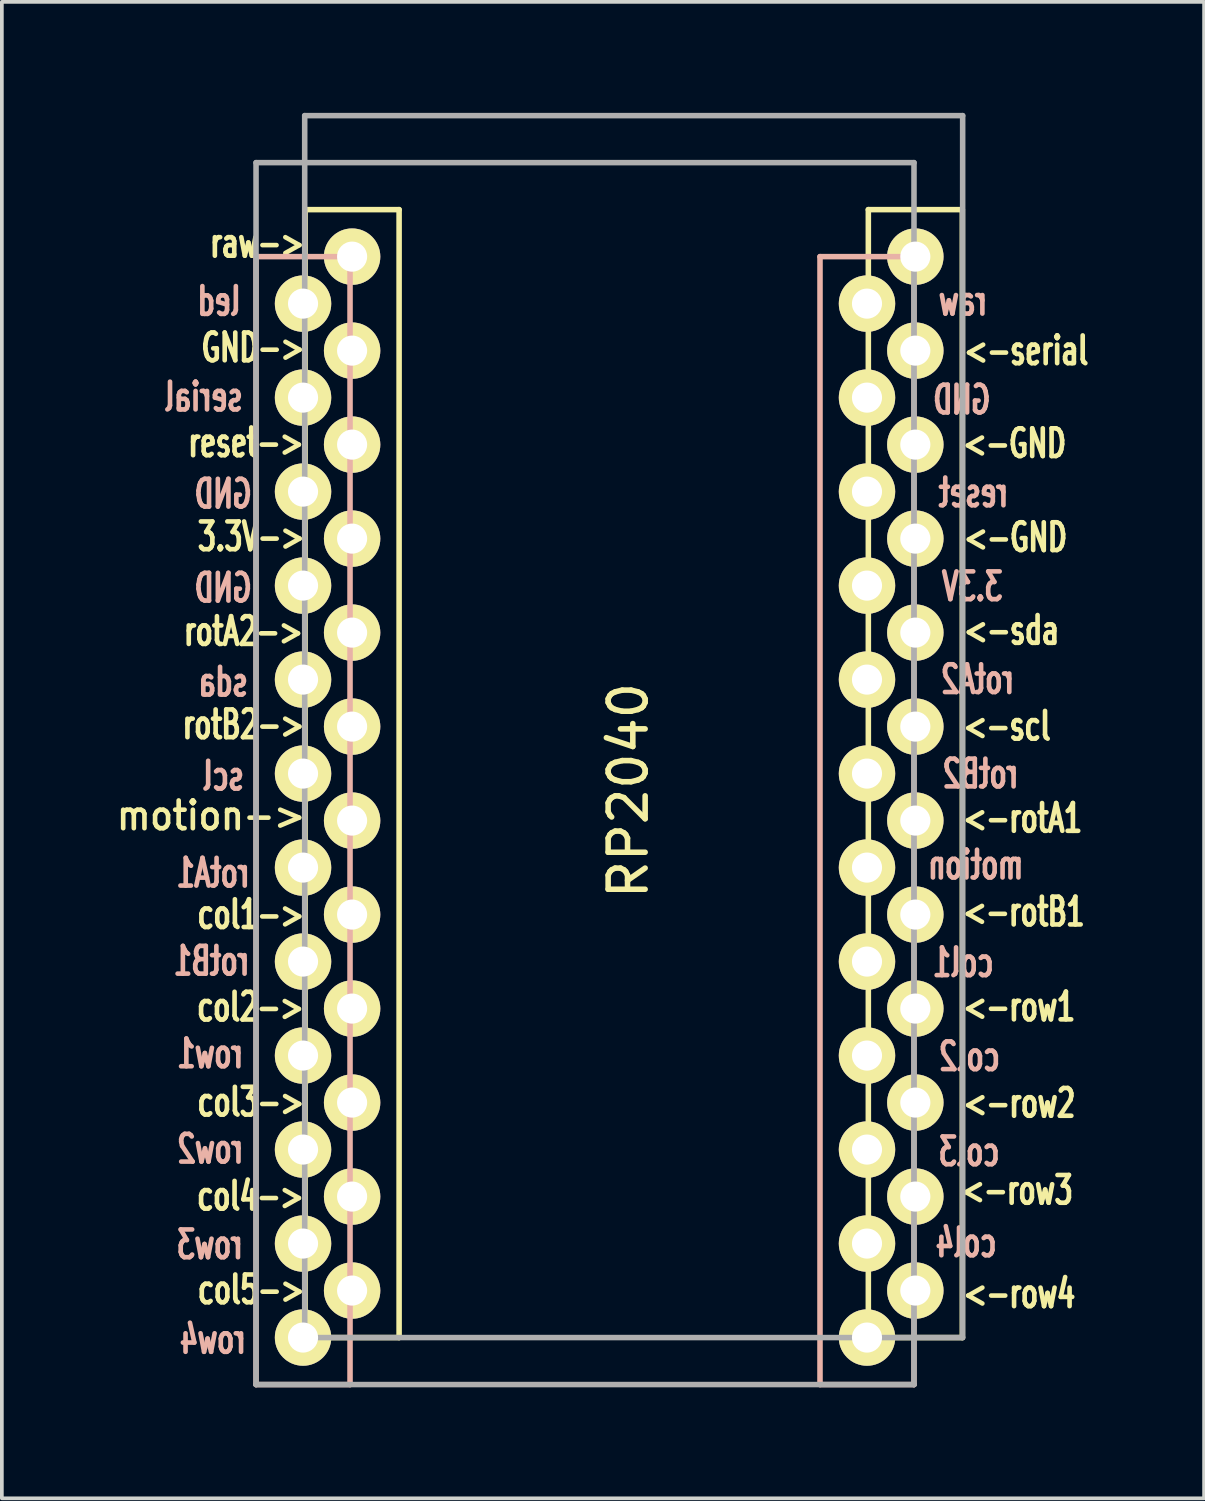
<source format=kicad_pcb>
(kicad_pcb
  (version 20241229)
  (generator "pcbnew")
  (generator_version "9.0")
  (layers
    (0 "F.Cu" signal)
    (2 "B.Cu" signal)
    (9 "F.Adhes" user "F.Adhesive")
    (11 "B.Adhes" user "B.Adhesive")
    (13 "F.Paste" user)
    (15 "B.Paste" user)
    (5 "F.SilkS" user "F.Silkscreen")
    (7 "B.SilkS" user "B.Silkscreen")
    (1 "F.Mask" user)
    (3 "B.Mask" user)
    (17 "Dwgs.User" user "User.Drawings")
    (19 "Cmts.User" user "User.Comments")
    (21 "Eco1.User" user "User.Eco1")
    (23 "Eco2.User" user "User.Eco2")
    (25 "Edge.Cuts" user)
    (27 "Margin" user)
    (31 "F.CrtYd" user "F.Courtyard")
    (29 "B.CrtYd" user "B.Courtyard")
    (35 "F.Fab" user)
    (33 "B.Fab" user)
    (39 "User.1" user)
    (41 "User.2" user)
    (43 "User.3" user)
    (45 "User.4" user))
  (footprint "RP2040"
    (layer "F.Cu")
    (at 14.029 18.363)
    (property "Reference" "RP2040" (at -0.1 -0.05 90) (layer "F.SilkS") (effects (font (size 1 1) (thickness 0.15))))
    (attr through_hole exclude_from_pos_files)
    (fp_line (start -8.834 -15.748) (end -6.294 -15.748) (stroke (width 0.15) (type solid)) (layer "F.SilkS"))
    (fp_line (start -8.834 14.732) (end -8.834 -15.748) (stroke (width 0.15) (type solid)) (layer "F.SilkS"))
    (fp_line (start -6.294 -15.748) (end -6.294 14.732) (stroke (width 0.15) (type solid)) (layer "F.SilkS"))
    (fp_line (start -6.294 14.732) (end -8.834 14.732) (stroke (width 0.15) (type solid)) (layer "F.SilkS"))
    (fp_line (start 6.386 -15.748) (end 8.926 -15.748) (stroke (width 0.15) (type solid)) (layer "F.SilkS"))
    (fp_line (start 6.386 14.732) (end 6.386 -15.748) (stroke (width 0.15) (type solid)) (layer "F.SilkS"))
    (fp_line (start 8.926 -15.748) (end 8.926 14.732) (stroke (width 0.15) (type solid)) (layer "F.SilkS"))
    (fp_line (start 8.926 14.732) (end 6.386 14.732) (stroke (width 0.15) (type solid)) (layer "F.SilkS"))
    (fp_line (start -10.16 -14.478) (end -7.62 -14.478) (stroke (width 0.15) (type solid)) (layer "B.SilkS"))
    (fp_line (start -10.16 16.002) (end -10.16 -14.478) (stroke (width 0.15) (type solid)) (layer "B.SilkS"))
    (fp_line (start -7.62 -14.478) (end -7.62 16.002) (stroke (width 0.15) (type solid)) (layer "B.SilkS"))
    (fp_line (start -7.62 16.002) (end -10.16 16.002) (stroke (width 0.15) (type solid)) (layer "B.SilkS"))
    (fp_line (start 5.08 -14.478) (end 7.62 -14.478) (stroke (width 0.15) (type solid)) (layer "B.SilkS"))
    (fp_line (start 5.08 16.002) (end 5.08 -14.478) (stroke (width 0.15) (type solid)) (layer "B.SilkS"))
    (fp_line (start 7.62 -14.478) (end 7.62 16.002) (stroke (width 0.15) (type solid)) (layer "B.SilkS"))
    (fp_line (start 7.62 16.002) (end 5.08 16.002) (stroke (width 0.15) (type solid)) (layer "B.SilkS"))
    (fp_line (start -10.16 -17.018) (end 7.62 -17.018) (stroke (width 0.15) (type solid)) (layer "F.Fab"))
    (fp_line (start -10.16 16.002) (end -10.16 -17.018) (stroke (width 0.15) (type solid)) (layer "F.Fab"))
    (fp_line (start -8.845 -18.288) (end 8.935 -18.288) (stroke (width 0.15) (type solid)) (layer "F.Fab"))
    (fp_line (start -8.845 14.732) (end -8.845 -18.288) (stroke (width 0.15) (type solid)) (layer "F.Fab"))
    (fp_line (start 7.62 -17.018) (end 7.62 16.002) (stroke (width 0.15) (type solid)) (layer "F.Fab"))
    (fp_line (start 7.62 16.002) (end -10.16 16.002) (stroke (width 0.15) (type solid)) (layer "F.Fab"))
    (fp_line (start 8.935 -18.288) (end 8.935 14.732) (stroke (width 0.15) (type solid)) (layer "F.Fab"))
    (fp_line (start 8.935 14.732) (end -8.845 14.732) (stroke (width 0.15) (type solid)) (layer "F.Fab"))
    (fp_text user "GND->" (at -10.245 -12.018 0) (unlocked yes) (layer "F.SilkS") (effects (font (size 0.75 0.5) (thickness 0.125))))
    (fp_text user "col4->" (at -10.312 10.907 0) (unlocked yes) (layer "F.SilkS") (effects (font (size 0.75 0.5) (thickness 0.125))))
    (fp_text user "<-GND" (at 10.365 -6.89 0) (unlocked yes) (layer "F.SilkS") (effects (font (size 0.75 0.5) (thickness 0.125))))
    (fp_text user "<-scl" (at 10.137 -1.793 0) (unlocked yes) (layer "F.SilkS") (effects (font (size 0.75 0.5) (thickness 0.125))))
    (fp_text user "<-serial" (at 10.655 -11.94 0) (unlocked yes) (layer "F.SilkS") (effects (font (size 0.75 0.5) (thickness 0.125))))
    (fp_text user "col1->" (at -10.303 3.297 0) (unlocked yes) (layer "F.SilkS") (effects (font (size 0.75 0.5) (thickness 0.125))))
    (fp_text user "raw->" (at -10.13 -14.844 0) (unlocked yes) (layer "F.SilkS") (effects (font (size 0.75 0.5) (thickness 0.125))))
    (fp_text user "<-sda" (at 10.257 -4.383 0) (unlocked yes) (layer "F.SilkS") (effects (font (size 0.75 0.5) (thickness 0.125))))
    (fp_text user "<-row1" (at 10.463 5.792 0) (unlocked yes) (layer "F.SilkS") (effects (font (size 0.75 0.5) (thickness 0.125))))
    (fp_text user "3.3V->" (at -10.293 -6.913 0) (unlocked yes) (layer "F.SilkS") (effects (font (size 0.75 0.5) (thickness 0.125))))
    (fp_text user "col5->" (at -10.293 13.437 0) (unlocked yes) (layer "F.SilkS") (effects (font (size 0.75 0.5) (thickness 0.125))))
    (fp_text user "<-rotA1" (at 10.557 0.697 0) (unlocked yes) (layer "F.SilkS") (effects (font (size 0.75 0.5) (thickness 0.125))))
    (fp_text user "<-row2" (at 10.467 8.397 0) (unlocked yes) (layer "F.SilkS") (effects (font (size 0.75 0.5) (thickness 0.125))))
    (fp_text user "rotB2->" (at -10.502 -1.833 0) (unlocked yes) (layer "F.SilkS") (effects (font (size 0.75 0.5) (thickness 0.125))))
    (fp_text user "rotA2->" (at -10.502 -4.353 0) (unlocked yes) (layer "F.SilkS") (effects (font (size 0.75 0.5) (thickness 0.125))))
    (fp_text user "<-row4" (at 10.467 13.542 0) (unlocked yes) (layer "F.SilkS") (effects (font (size 0.75 0.5) (thickness 0.125))))
    (fp_text user "<-rotB1" (at 10.588 3.227 0) (unlocked yes) (layer "F.SilkS") (effects (font (size 0.75 0.5) (thickness 0.125))))
    (fp_text user "motion->" (at -11.373 0.627 0) (unlocked yes) (layer "F.SilkS") (effects (font (size 0.75 0.67) (thickness 0.125))))
    (fp_text user "<-row3" (at 10.402 10.748 0) (unlocked yes) (layer "F.SilkS") (effects (font (size 0.75 0.5) (thickness 0.125))))
    (fp_text user "reset->" (at -10.432 -9.453 0) (unlocked yes) (layer "F.SilkS") (effects (font (size 0.75 0.5) (thickness 0.125))))
    (fp_text user "col2->" (at -10.312 5.797 0) (unlocked yes) (layer "F.SilkS") (effects (font (size 0.75 0.5) (thickness 0.125))))
    (fp_text user "col3->" (at -10.303 8.365 0) (unlocked yes) (layer "F.SilkS") (effects (font (size 0.75 0.5) (thickness 0.125))))
    (fp_text user "<-GND" (at 10.338 -9.43 0) (unlocked yes) (layer "F.SilkS") (effects (font (size 0.75 0.5) (thickness 0.125))))
    (fp_text user "col1" (at 8.947 4.597 0) (unlocked yes) (layer "B.SilkS") (effects (font (size 0.75 0.5) (thickness 0.125)) (justify mirror)))
    (fp_text user "reset" (at 9.227 -8.1 0) (unlocked yes) (layer "B.SilkS") (effects (font (size 0.75 0.5) (thickness 0.125)) (justify mirror)))
    (fp_text user "3.3V" (at 9.197 -5.563 0) (unlocked yes) (layer "B.SilkS") (effects (font (size 0.75 0.5) (thickness 0.125)) (justify mirror)))
    (fp_text user "scl" (at -11.049 -0.445 0) (unlocked yes) (layer "B.SilkS") (effects (font (size 0.75 0.5) (thickness 0.125)) (justify mirror)))
    (fp_text user "col4" (at 9.027 12.167 0) (unlocked yes) (layer "B.SilkS") (effects (font (size 0.75 0.5) (thickness 0.125)) (justify mirror)))
    (fp_text user "GND" (at 8.912 -10.608 0) (unlocked yes) (layer "B.SilkS") (effects (font (size 0.75 0.5) (thickness 0.125)) (justify mirror)))
    (fp_text user "serial" (at -11.58 -10.69 0) (unlocked yes) (layer "B.SilkS") (effects (font (size 0.75 0.5) (thickness 0.125)) (justify mirror)))
    (fp_text user "sda" (at -11.049 -2.985 0) (unlocked yes) (layer "B.SilkS") (effects (font (size 0.75 0.5) (thickness 0.125)) (justify mirror)))
    (fp_text user "GND" (at -11.049 -8.065 0) (unlocked yes) (layer "B.SilkS") (effects (font (size 0.75 0.5) (thickness 0.125)) (justify mirror)))
    (fp_text user "row3" (at -11.41 12.22 0) (unlocked yes) (layer "B.SilkS") (effects (font (size 0.75 0.5) (thickness 0.125)) (justify mirror)))
    (fp_text user "rotB1" (at -11.363 4.557 0) (unlocked yes) (layer "B.SilkS") (effects (font (size 0.75 0.5) (thickness 0.125)) (justify mirror)))
    (fp_text user "col3" (at 9.107 9.707 0) (unlocked yes) (layer "B.SilkS") (effects (font (size 0.75 0.5) (thickness 0.125)) (justify mirror)))
    (fp_text user "row1" (at -11.4 7.06 0) (unlocked yes) (layer "B.SilkS") (effects (font (size 0.75 0.5) (thickness 0.125)) (justify mirror)))
    (fp_text user "raw" (at 8.944 -13.28 0) (unlocked yes) (layer "B.SilkS") (effects (font (size 0.75 0.5) (thickness 0.125)) (justify mirror)))
    (fp_text user "row2" (at -11.397 9.636 0) (unlocked yes) (layer "B.SilkS") (effects (font (size 0.75 0.5) (thickness 0.125)) (justify mirror)))
    (fp_text user "led" (at -11.158 -13.272 0) (unlocked yes) (layer "B.SilkS") (effects (font (size 0.75 0.5) (thickness 0.125)) (justify mirror)))
    (fp_text user "GND" (at -11.049 -5.524 0) (unlocked yes) (layer "B.SilkS") (effects (font (size 0.75 0.5) (thickness 0.125)) (justify mirror)))
    (fp_text user "rotA2" (at 9.338 -3.053 0) (unlocked yes) (layer "B.SilkS") (effects (font (size 0.75 0.5) (thickness 0.125)) (justify mirror)))
    (fp_text user "row4" (at -11.327 14.776 0) (unlocked yes) (layer "B.SilkS") (effects (font (size 0.75 0.5) (thickness 0.125)) (justify mirror)))
    (fp_text user "rotA1" (at -11.322 2.177 0) (unlocked yes) (layer "B.SilkS") (effects (font (size 0.75 0.5) (thickness 0.125)) (justify mirror)))
    (fp_text user "col2" (at 9.117 7.137 0) (unlocked yes) (layer "B.SilkS") (effects (font (size 0.75 0.5) (thickness 0.125)) (justify mirror)))
    (fp_text user "motion" (at 9.287 1.957 0) (unlocked yes) (layer "B.SilkS") (effects (font (size 0.75 0.5) (thickness 0.125)) (justify mirror)))
    (fp_text user "rotB2" (at 9.418 -0.503 0) (unlocked yes) (layer "B.SilkS") (effects (font (size 0.75 0.5) (thickness 0.125)) (justify mirror)))
    (pad "1" thru_hole circle (at -8.89 -13.208) (size 1.524 1.524) (drill 0.813) (layers "*.Cu" "*.Mask" "F.SilkS"))
    (pad "1" thru_hole circle (at 7.656 -14.478) (size 1.524 1.524) (drill 0.813) (layers "*.Cu" "*.Mask" "F.SilkS"))
    (pad "2" thru_hole circle (at -8.89 -10.668) (size 1.524 1.524) (drill 0.813) (layers "*.Cu" "*.Mask" "F.SilkS"))
    (pad "2" thru_hole circle (at 7.656 -11.938) (size 1.524 1.524) (drill 0.813) (layers "*.Cu" "*.Mask" "F.SilkS"))
    (pad "3" thru_hole circle (at -8.89 -8.128) (size 1.524 1.524) (drill 0.813) (layers "*.Cu" "*.Mask" "F.SilkS"))
    (pad "3" thru_hole circle (at 7.656 -9.398) (size 1.524 1.524) (drill 0.813) (layers "*.Cu" "*.Mask" "F.SilkS"))
    (pad "4" thru_hole circle (at -8.89 -5.588) (size 1.524 1.524) (drill 0.813) (layers "*.Cu" "*.Mask" "F.SilkS"))
    (pad "4" thru_hole circle (at 7.656 -6.858) (size 1.524 1.524) (drill 0.813) (layers "*.Cu" "*.Mask" "F.SilkS"))
    (pad "5" thru_hole circle (at -8.89 -3.048) (size 1.524 1.524) (drill 0.813) (layers "*.Cu" "*.Mask" "F.SilkS"))
    (pad "5" thru_hole circle (at 7.656 -4.318) (size 1.524 1.524) (drill 0.813) (layers "*.Cu" "*.Mask" "F.SilkS"))
    (pad "6" thru_hole circle (at -8.89 -0.508) (size 1.524 1.524) (drill 0.813) (layers "*.Cu" "*.Mask" "F.SilkS"))
    (pad "6" thru_hole circle (at 7.656 -1.778) (size 1.524 1.524) (drill 0.813) (layers "*.Cu" "*.Mask" "F.SilkS"))
    (pad "7" thru_hole circle (at -8.89 2.032) (size 1.524 1.524) (drill 0.813) (layers "*.Cu" "*.Mask" "F.SilkS"))
    (pad "7" thru_hole circle (at 7.656 0.762) (size 1.524 1.524) (drill 0.813) (layers "*.Cu" "*.Mask" "F.SilkS"))
    (pad "8" thru_hole circle (at -8.89 4.572) (size 1.524 1.524) (drill 0.813) (layers "*.Cu" "*.Mask" "F.SilkS"))
    (pad "8" thru_hole circle (at 7.656 3.302) (size 1.524 1.524) (drill 0.813) (layers "*.Cu" "*.Mask" "F.SilkS"))
    (pad "9" thru_hole circle (at -8.89 7.112) (size 1.524 1.524) (drill 0.813) (layers "*.Cu" "*.Mask" "F.SilkS"))
    (pad "9" thru_hole circle (at 7.656 5.842) (size 1.524 1.524) (drill 0.813) (layers "*.Cu" "*.Mask" "F.SilkS"))
    (pad "10" thru_hole circle (at -8.89 9.652) (size 1.524 1.524) (drill 0.813) (layers "*.Cu" "*.Mask" "F.SilkS"))
    (pad "10" thru_hole circle (at 7.656 8.382) (size 1.524 1.524) (drill 0.813) (layers "*.Cu" "*.Mask" "F.SilkS"))
    (pad "11" thru_hole circle (at -8.89 12.192) (size 1.524 1.524) (drill 0.813) (layers "*.Cu" "*.Mask" "F.SilkS"))
    (pad "11" thru_hole circle (at 7.656 10.922) (size 1.524 1.524) (drill 0.813) (layers "*.Cu" "*.Mask" "F.SilkS"))
    (pad "12" thru_hole circle (at -8.89 14.732) (size 1.524 1.524) (drill 0.813) (layers "*.Cu" "*.Mask" "F.SilkS"))
    (pad "12" thru_hole circle (at 7.656 13.462) (size 1.524 1.524) (drill 0.813) (layers "*.Cu" "*.Mask" "F.SilkS"))
    (pad "13" thru_hole circle (at -7.564 13.462) (size 1.524 1.524) (drill 0.813) (layers "*.Cu" "*.Mask" "F.SilkS"))
    (pad "13" thru_hole circle (at 6.35 14.732) (size 1.524 1.524) (drill 0.813) (layers "*.Cu" "*.Mask" "F.SilkS"))
    (pad "14" thru_hole circle (at -7.564 10.922) (size 1.524 1.524) (drill 0.813) (layers "*.Cu" "*.Mask" "F.SilkS"))
    (pad "14" thru_hole circle (at 6.35 12.192) (size 1.524 1.524) (drill 0.813) (layers "*.Cu" "*.Mask" "F.SilkS"))
    (pad "15" thru_hole circle (at -7.564 8.382) (size 1.524 1.524) (drill 0.813) (layers "*.Cu" "*.Mask" "F.SilkS"))
    (pad "15" thru_hole circle (at 6.35 9.652) (size 1.524 1.524) (drill 0.813) (layers "*.Cu" "*.Mask" "F.SilkS"))
    (pad "16" thru_hole circle (at -7.564 5.842) (size 1.524 1.524) (drill 0.813) (layers "*.Cu" "*.Mask" "F.SilkS"))
    (pad "16" thru_hole circle (at 6.35 7.112) (size 1.524 1.524) (drill 0.813) (layers "*.Cu" "*.Mask" "F.SilkS"))
    (pad "17" thru_hole circle (at -7.564 3.302) (size 1.524 1.524) (drill 0.813) (layers "*.Cu" "*.Mask" "F.SilkS"))
    (pad "17" thru_hole circle (at 6.35 4.572) (size 1.524 1.524) (drill 0.813) (layers "*.Cu" "*.Mask" "F.SilkS"))
    (pad "18" thru_hole circle (at -7.564 0.762) (size 1.524 1.524) (drill 0.813) (layers "*.Cu" "*.Mask" "F.SilkS"))
    (pad "18" thru_hole circle (at 6.35 2.032) (size 1.524 1.524) (drill 0.813) (layers "*.Cu" "*.Mask" "F.SilkS"))
    (pad "19" thru_hole circle (at -7.564 -1.778) (size 1.524 1.524) (drill 0.813) (layers "*.Cu" "*.Mask" "F.SilkS"))
    (pad "19" thru_hole circle (at 6.35 -0.508) (size 1.524 1.524) (drill 0.813) (layers "*.Cu" "*.Mask" "F.SilkS"))
    (pad "20" thru_hole circle (at -7.564 -4.318) (size 1.524 1.524) (drill 0.813) (layers "*.Cu" "*.Mask" "F.SilkS"))
    (pad "20" thru_hole circle (at 6.35 -3.048) (size 1.524 1.524) (drill 0.813) (layers "*.Cu" "*.Mask" "F.SilkS"))
    (pad "21" thru_hole circle (at -7.564 -6.858) (size 1.524 1.524) (drill 0.813) (layers "*.Cu" "*.Mask" "F.SilkS"))
    (pad "21" thru_hole circle (at 6.35 -5.588) (size 1.524 1.524) (drill 0.813) (layers "*.Cu" "*.Mask" "F.SilkS"))
    (pad "22" thru_hole circle (at -7.564 -9.398) (size 1.524 1.524) (drill 0.813) (layers "*.Cu" "*.Mask" "F.SilkS"))
    (pad "22" thru_hole circle (at 6.35 -8.128) (size 1.524 1.524) (drill 0.813) (layers "*.Cu" "*.Mask" "F.SilkS"))
    (pad "23" thru_hole circle (at -7.564 -11.938) (size 1.524 1.524) (drill 0.813) (layers "*.Cu" "*.Mask" "F.SilkS"))
    (pad "23" thru_hole circle (at 6.35 -10.668) (size 1.524 1.524) (drill 0.813) (layers "*.Cu" "*.Mask" "F.SilkS"))
    (pad "24" thru_hole circle (at -7.564 -14.478) (size 1.524 1.524) (drill 0.813) (layers "*.Cu" "*.Mask" "F.SilkS"))
    (pad "24" thru_hole circle (at 6.35 -13.208) (size 1.524 1.524) (drill 0.813) (layers "*.Cu" "*.Mask" "F.SilkS")))
  (gr_rect
    (start -3 -3)
    (end 29.488 37.44)
    (stroke (width 0.1) (type default))
    (fill no)
    (layer "Edge.Cuts")))
</source>
